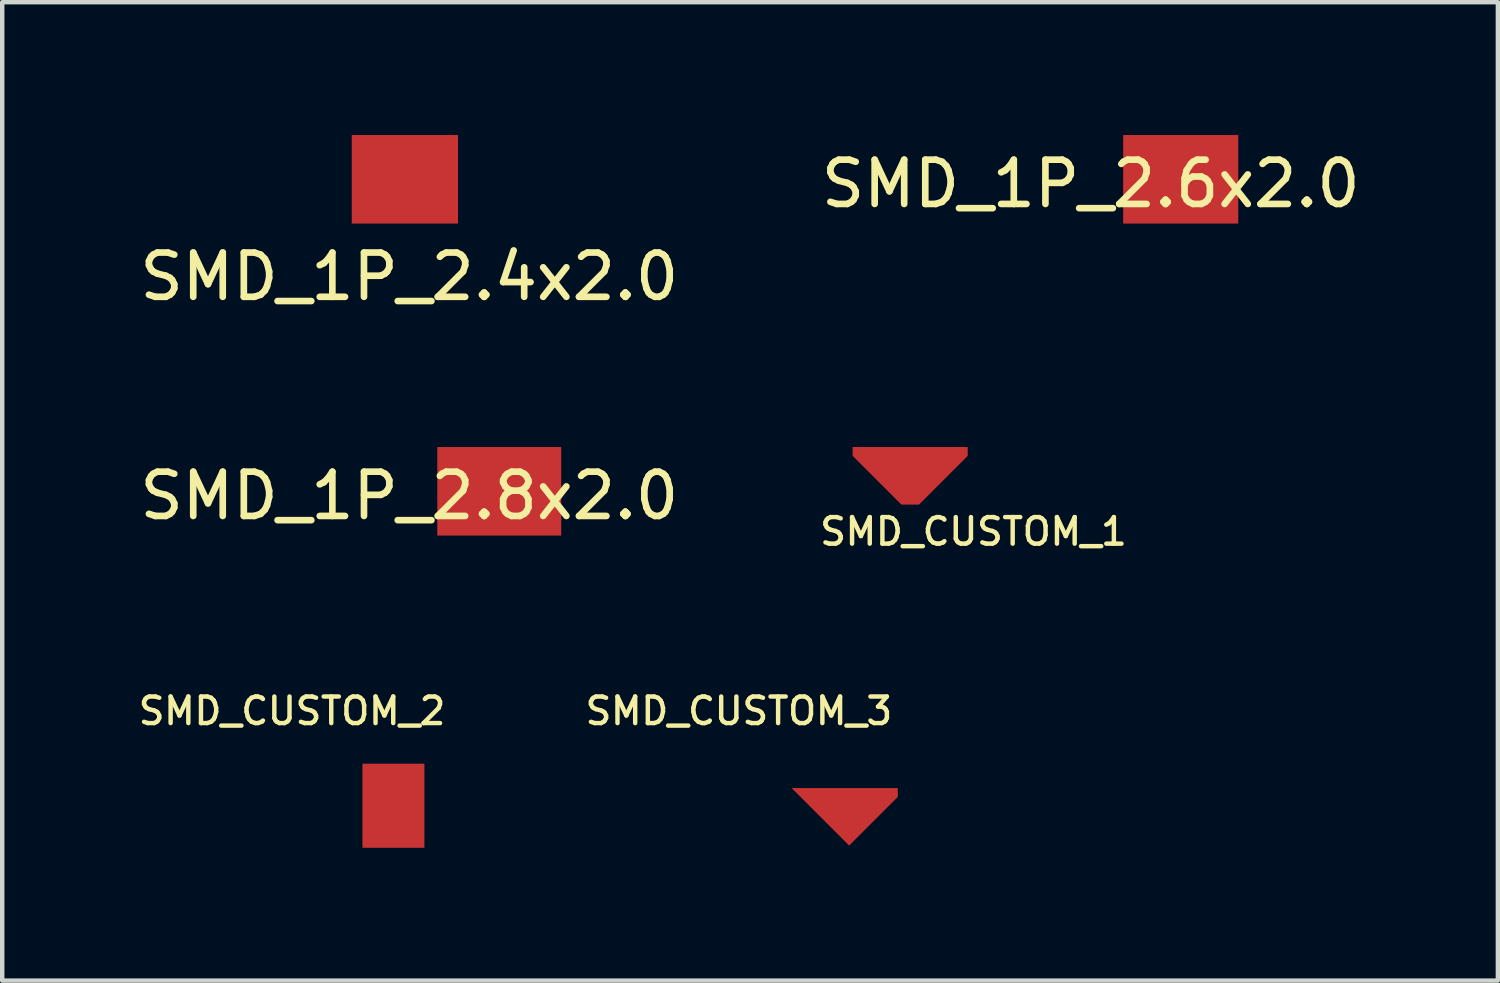
<source format=kicad_pcb>
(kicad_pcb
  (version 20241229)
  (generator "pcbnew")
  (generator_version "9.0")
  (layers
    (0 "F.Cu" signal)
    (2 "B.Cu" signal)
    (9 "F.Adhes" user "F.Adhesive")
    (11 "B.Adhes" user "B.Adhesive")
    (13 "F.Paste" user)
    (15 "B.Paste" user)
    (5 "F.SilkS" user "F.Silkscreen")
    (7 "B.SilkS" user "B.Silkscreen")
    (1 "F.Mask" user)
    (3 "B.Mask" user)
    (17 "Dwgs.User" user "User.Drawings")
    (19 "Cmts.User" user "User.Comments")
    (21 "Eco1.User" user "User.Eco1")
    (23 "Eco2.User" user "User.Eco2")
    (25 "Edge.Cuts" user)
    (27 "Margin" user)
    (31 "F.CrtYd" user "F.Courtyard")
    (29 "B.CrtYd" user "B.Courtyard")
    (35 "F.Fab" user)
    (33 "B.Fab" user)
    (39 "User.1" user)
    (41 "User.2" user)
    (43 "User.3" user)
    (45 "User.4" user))
  (footprint "SMD_1P_2.8x2.0"
    (layer "F.Cu")
    (at 8.228 8.048)
    (property "Reference" "SMD_1P_2.8x2.0" (at -2.032 0.102 0) (layer "F.SilkS") (effects (font (size 1 1) (thickness 0.15))))
    (attr through_hole)
    (pad "1" smd rect (at 0 0) (size 2.8 2) (layers "F.Cu" "F.Mask" "F.Paste")))
  (footprint "SMD_1P_2.6x2.0"
    (layer "F.Cu")
    (at 23.621 1)
    (property "Reference" "SMD_1P_2.6x2.0" (at -2.032 0.102 0) (layer "F.SilkS") (effects (font (size 1 1) (thickness 0.15))))
    (attr through_hole)
    (pad "1" smd rect (at 0 0) (size 2.6 2) (layers "F.Cu" "F.Mask" "F.Paste")))
  (footprint "SMD_CUSTOM_3"
    (layer "F.Cu")
    (at 15.931 15.151)
    (property "Reference" "SMD_CUSTOM_3" (at -2.29 -2.14 0) (layer "F.SilkS") (effects (font (size 0.6 0.6) (thickness 0.1))))
    (attr through_hole)
    (pad "1" smd custom (at 0 0) (size 0.6 0.6) (layers "F.Cu" "F.Mask" "F.Paste") (options (anchor rect)) (primitives (gr_poly (pts (xy -1.1 -0.4) (xy 1.3 -0.4) (xy 1.3 -0.2) (xy 0.2 0.9)) (width 0) (fill yes)))))
  (footprint "SMD_CUSTOM_1"
    (layer "F.Cu")
    (at 17.51 7.448)
    (property "Reference" "SMD_CUSTOM_1" (at 1.43 1.51 0) (layer "F.SilkS") (effects (font (size 0.6 0.6) (thickness 0.1))))
    (attr through_hole)
    (pad "1" smd custom (at 0 0) (size 0.6 0.6) (layers "F.Cu" "F.Mask" "F.Paste") (options (anchor rect)) (primitives (gr_poly (pts (xy -1.3 -0.4) (xy 1.3 -0.4) (xy 1.3 -0.2) (xy 0.2 0.9) (xy -0.2 0.9) (xy -1.3 -0.2)) (width 0) (fill yes)))))
  (footprint "SMD_1P_2.4x2.0"
    (layer "F.Cu")
    (at 6.096 1)
    (property "Reference" "SMD_1P_2.4x2.0" (at 0.1 2.2 0) (layer "F.SilkS") (effects (font (size 1 1) (thickness 0.15))))
    (attr through_hole)
    (pad "1" smd rect (at 0 0) (size 2.4 2) (layers "F.Cu" "F.Mask" "F.Paste")))
  (footprint "SMD_CUSTOM_2"
    (layer "F.Cu")
    (at 5.837 15.151)
    (property "Reference" "SMD_CUSTOM_2" (at -2.29 -2.14 0) (layer "F.SilkS") (effects (font (size 0.6 0.6) (thickness 0.1))))
    (attr through_hole)
    (pad "1" smd custom (at 0 0) (size 1.4 1.9) (layers "F.Cu" "F.Mask" "F.Paste") (options (anchor rect)) (primitives)))
  (gr_rect
    (start -3 -3)
    (end 30.786 19.101)
    (stroke (width 0.1) (type default))
    (fill no)
    (layer "Edge.Cuts")))
</source>
